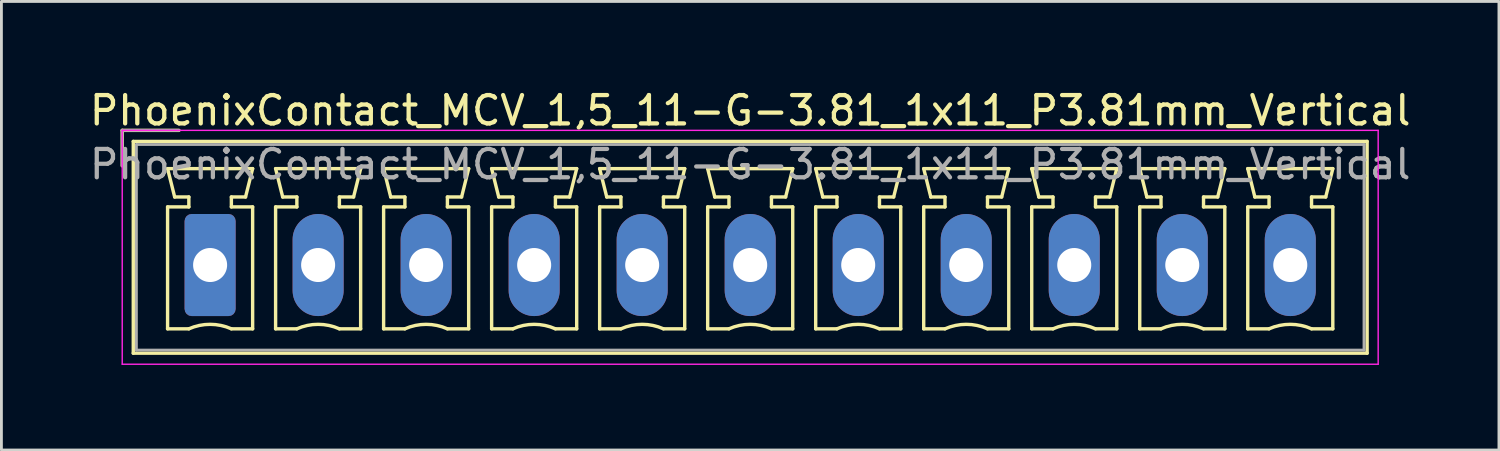
<source format=kicad_pcb>
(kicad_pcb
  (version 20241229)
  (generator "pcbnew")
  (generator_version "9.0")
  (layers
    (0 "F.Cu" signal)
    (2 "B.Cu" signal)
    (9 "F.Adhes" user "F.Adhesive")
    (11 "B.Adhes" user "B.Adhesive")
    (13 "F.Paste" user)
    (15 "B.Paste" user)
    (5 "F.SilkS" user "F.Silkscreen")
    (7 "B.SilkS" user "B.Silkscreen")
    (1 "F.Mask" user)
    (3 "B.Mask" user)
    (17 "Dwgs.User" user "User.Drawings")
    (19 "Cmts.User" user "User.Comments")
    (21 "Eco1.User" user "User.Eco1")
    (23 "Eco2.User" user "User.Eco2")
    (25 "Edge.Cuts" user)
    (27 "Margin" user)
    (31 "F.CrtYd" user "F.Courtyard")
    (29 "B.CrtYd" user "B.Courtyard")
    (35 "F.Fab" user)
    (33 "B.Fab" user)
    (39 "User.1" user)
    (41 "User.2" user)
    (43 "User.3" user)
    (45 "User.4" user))
  (footprint "PhoenixContact_MCV_1,5_11-G-3.81_1x11_P3.81mm_Vertical"
    (layer "F.Cu")
    (at 4.361 6.298)
    (property "Reference" "PhoenixContact_MCV_1,5_11-G-3.81_1x11_P3.81mm_Vertical" (at 19.05 -5.45 0) (layer "F.SilkS") (effects (font (size 1 1) (thickness 0.15))))
    (attr through_hole)
    (fp_line (start -3.1 -4.75) (end -1.1 -4.75) (stroke (width 0.12) (type solid)) (layer "F.SilkS"))
    (fp_line (start -3.1 -3.5) (end -3.1 -4.75) (stroke (width 0.12) (type solid)) (layer "F.SilkS"))
    (fp_line (start -2.71 -4.36) (end -2.71 3.11) (stroke (width 0.12) (type solid)) (layer "F.SilkS"))
    (fp_line (start -2.71 3.11) (end 40.81 3.11) (stroke (width 0.12) (type solid)) (layer "F.SilkS"))
    (fp_line (start -1.5 -3.4) (end 1.5 -3.4) (stroke (width 0.12) (type solid)) (layer "F.SilkS"))
    (fp_line (start -1.5 -2.05) (end -0.75 -2.05) (stroke (width 0.12) (type solid)) (layer "F.SilkS"))
    (fp_line (start -1.5 2.25) (end -1.5 -2.05) (stroke (width 0.12) (type solid)) (layer "F.SilkS"))
    (fp_line (start -1.25 -2.4) (end -1.5 -3.4) (stroke (width 0.12) (type solid)) (layer "F.SilkS"))
    (fp_line (start -0.75 -2.4) (end -1.25 -2.4) (stroke (width 0.12) (type solid)) (layer "F.SilkS"))
    (fp_line (start -0.75 -2.05) (end -0.75 -2.4) (stroke (width 0.12) (type solid)) (layer "F.SilkS"))
    (fp_line (start -0.75 2.25) (end -1.5 2.25) (stroke (width 0.12) (type solid)) (layer "F.SilkS"))
    (fp_line (start 0.75 -2.4) (end 0.75 -2.05) (stroke (width 0.12) (type solid)) (layer "F.SilkS"))
    (fp_line (start 0.75 -2.05) (end 1.5 -2.05) (stroke (width 0.12) (type solid)) (layer "F.SilkS"))
    (fp_line (start 1.25 -2.4) (end 0.75 -2.4) (stroke (width 0.12) (type solid)) (layer "F.SilkS"))
    (fp_line (start 1.5 -3.4) (end 1.25 -2.4) (stroke (width 0.12) (type solid)) (layer "F.SilkS"))
    (fp_line (start 1.5 -2.05) (end 1.5 2.25) (stroke (width 0.12) (type solid)) (layer "F.SilkS"))
    (fp_line (start 1.5 2.25) (end 0.75 2.25) (stroke (width 0.12) (type solid)) (layer "F.SilkS"))
    (fp_line (start 2.31 -3.4) (end 5.31 -3.4) (stroke (width 0.12) (type solid)) (layer "F.SilkS"))
    (fp_line (start 2.31 -2.05) (end 3.06 -2.05) (stroke (width 0.12) (type solid)) (layer "F.SilkS"))
    (fp_line (start 2.31 2.25) (end 2.31 -2.05) (stroke (width 0.12) (type solid)) (layer "F.SilkS"))
    (fp_line (start 2.56 -2.4) (end 2.31 -3.4) (stroke (width 0.12) (type solid)) (layer "F.SilkS"))
    (fp_line (start 3.06 -2.4) (end 2.56 -2.4) (stroke (width 0.12) (type solid)) (layer "F.SilkS"))
    (fp_line (start 3.06 -2.05) (end 3.06 -2.4) (stroke (width 0.12) (type solid)) (layer "F.SilkS"))
    (fp_line (start 3.06 2.25) (end 2.31 2.25) (stroke (width 0.12) (type solid)) (layer "F.SilkS"))
    (fp_line (start 4.56 -2.4) (end 4.56 -2.05) (stroke (width 0.12) (type solid)) (layer "F.SilkS"))
    (fp_line (start 4.56 -2.05) (end 5.31 -2.05) (stroke (width 0.12) (type solid)) (layer "F.SilkS"))
    (fp_line (start 5.06 -2.4) (end 4.56 -2.4) (stroke (width 0.12) (type solid)) (layer "F.SilkS"))
    (fp_line (start 5.31 -3.4) (end 5.06 -2.4) (stroke (width 0.12) (type solid)) (layer "F.SilkS"))
    (fp_line (start 5.31 -2.05) (end 5.31 2.25) (stroke (width 0.12) (type solid)) (layer "F.SilkS"))
    (fp_line (start 5.31 2.25) (end 4.56 2.25) (stroke (width 0.12) (type solid)) (layer "F.SilkS"))
    (fp_line (start 6.12 -3.4) (end 9.12 -3.4) (stroke (width 0.12) (type solid)) (layer "F.SilkS"))
    (fp_line (start 6.12 -2.05) (end 6.87 -2.05) (stroke (width 0.12) (type solid)) (layer "F.SilkS"))
    (fp_line (start 6.12 2.25) (end 6.12 -2.05) (stroke (width 0.12) (type solid)) (layer "F.SilkS"))
    (fp_line (start 6.37 -2.4) (end 6.12 -3.4) (stroke (width 0.12) (type solid)) (layer "F.SilkS"))
    (fp_line (start 6.87 -2.4) (end 6.37 -2.4) (stroke (width 0.12) (type solid)) (layer "F.SilkS"))
    (fp_line (start 6.87 -2.05) (end 6.87 -2.4) (stroke (width 0.12) (type solid)) (layer "F.SilkS"))
    (fp_line (start 6.87 2.25) (end 6.12 2.25) (stroke (width 0.12) (type solid)) (layer "F.SilkS"))
    (fp_line (start 8.37 -2.4) (end 8.37 -2.05) (stroke (width 0.12) (type solid)) (layer "F.SilkS"))
    (fp_line (start 8.37 -2.05) (end 9.12 -2.05) (stroke (width 0.12) (type solid)) (layer "F.SilkS"))
    (fp_line (start 8.87 -2.4) (end 8.37 -2.4) (stroke (width 0.12) (type solid)) (layer "F.SilkS"))
    (fp_line (start 9.12 -3.4) (end 8.87 -2.4) (stroke (width 0.12) (type solid)) (layer "F.SilkS"))
    (fp_line (start 9.12 -2.05) (end 9.12 2.25) (stroke (width 0.12) (type solid)) (layer "F.SilkS"))
    (fp_line (start 9.12 2.25) (end 8.37 2.25) (stroke (width 0.12) (type solid)) (layer "F.SilkS"))
    (fp_line (start 9.93 -3.4) (end 12.93 -3.4) (stroke (width 0.12) (type solid)) (layer "F.SilkS"))
    (fp_line (start 9.93 -2.05) (end 10.68 -2.05) (stroke (width 0.12) (type solid)) (layer "F.SilkS"))
    (fp_line (start 9.93 2.25) (end 9.93 -2.05) (stroke (width 0.12) (type solid)) (layer "F.SilkS"))
    (fp_line (start 10.18 -2.4) (end 9.93 -3.4) (stroke (width 0.12) (type solid)) (layer "F.SilkS"))
    (fp_line (start 10.68 -2.4) (end 10.18 -2.4) (stroke (width 0.12) (type solid)) (layer "F.SilkS"))
    (fp_line (start 10.68 -2.05) (end 10.68 -2.4) (stroke (width 0.12) (type solid)) (layer "F.SilkS"))
    (fp_line (start 10.68 2.25) (end 9.93 2.25) (stroke (width 0.12) (type solid)) (layer "F.SilkS"))
    (fp_line (start 12.18 -2.4) (end 12.18 -2.05) (stroke (width 0.12) (type solid)) (layer "F.SilkS"))
    (fp_line (start 12.18 -2.05) (end 12.93 -2.05) (stroke (width 0.12) (type solid)) (layer "F.SilkS"))
    (fp_line (start 12.68 -2.4) (end 12.18 -2.4) (stroke (width 0.12) (type solid)) (layer "F.SilkS"))
    (fp_line (start 12.93 -3.4) (end 12.68 -2.4) (stroke (width 0.12) (type solid)) (layer "F.SilkS"))
    (fp_line (start 12.93 -2.05) (end 12.93 2.25) (stroke (width 0.12) (type solid)) (layer "F.SilkS"))
    (fp_line (start 12.93 2.25) (end 12.18 2.25) (stroke (width 0.12) (type solid)) (layer "F.SilkS"))
    (fp_line (start 13.74 -3.4) (end 16.74 -3.4) (stroke (width 0.12) (type solid)) (layer "F.SilkS"))
    (fp_line (start 13.74 -2.05) (end 14.49 -2.05) (stroke (width 0.12) (type solid)) (layer "F.SilkS"))
    (fp_line (start 13.74 2.25) (end 13.74 -2.05) (stroke (width 0.12) (type solid)) (layer "F.SilkS"))
    (fp_line (start 13.99 -2.4) (end 13.74 -3.4) (stroke (width 0.12) (type solid)) (layer "F.SilkS"))
    (fp_line (start 14.49 -2.4) (end 13.99 -2.4) (stroke (width 0.12) (type solid)) (layer "F.SilkS"))
    (fp_line (start 14.49 -2.05) (end 14.49 -2.4) (stroke (width 0.12) (type solid)) (layer "F.SilkS"))
    (fp_line (start 14.49 2.25) (end 13.74 2.25) (stroke (width 0.12) (type solid)) (layer "F.SilkS"))
    (fp_line (start 15.99 -2.4) (end 15.99 -2.05) (stroke (width 0.12) (type solid)) (layer "F.SilkS"))
    (fp_line (start 15.99 -2.05) (end 16.74 -2.05) (stroke (width 0.12) (type solid)) (layer "F.SilkS"))
    (fp_line (start 16.49 -2.4) (end 15.99 -2.4) (stroke (width 0.12) (type solid)) (layer "F.SilkS"))
    (fp_line (start 16.74 -3.4) (end 16.49 -2.4) (stroke (width 0.12) (type solid)) (layer "F.SilkS"))
    (fp_line (start 16.74 -2.05) (end 16.74 2.25) (stroke (width 0.12) (type solid)) (layer "F.SilkS"))
    (fp_line (start 16.74 2.25) (end 15.99 2.25) (stroke (width 0.12) (type solid)) (layer "F.SilkS"))
    (fp_line (start 17.55 -3.4) (end 20.55 -3.4) (stroke (width 0.12) (type solid)) (layer "F.SilkS"))
    (fp_line (start 17.55 -2.05) (end 18.3 -2.05) (stroke (width 0.12) (type solid)) (layer "F.SilkS"))
    (fp_line (start 17.55 2.25) (end 17.55 -2.05) (stroke (width 0.12) (type solid)) (layer "F.SilkS"))
    (fp_line (start 17.8 -2.4) (end 17.55 -3.4) (stroke (width 0.12) (type solid)) (layer "F.SilkS"))
    (fp_line (start 18.3 -2.4) (end 17.8 -2.4) (stroke (width 0.12) (type solid)) (layer "F.SilkS"))
    (fp_line (start 18.3 -2.05) (end 18.3 -2.4) (stroke (width 0.12) (type solid)) (layer "F.SilkS"))
    (fp_line (start 18.3 2.25) (end 17.55 2.25) (stroke (width 0.12) (type solid)) (layer "F.SilkS"))
    (fp_line (start 19.8 -2.4) (end 19.8 -2.05) (stroke (width 0.12) (type solid)) (layer "F.SilkS"))
    (fp_line (start 19.8 -2.05) (end 20.55 -2.05) (stroke (width 0.12) (type solid)) (layer "F.SilkS"))
    (fp_line (start 20.3 -2.4) (end 19.8 -2.4) (stroke (width 0.12) (type solid)) (layer "F.SilkS"))
    (fp_line (start 20.55 -3.4) (end 20.3 -2.4) (stroke (width 0.12) (type solid)) (layer "F.SilkS"))
    (fp_line (start 20.55 -2.05) (end 20.55 2.25) (stroke (width 0.12) (type solid)) (layer "F.SilkS"))
    (fp_line (start 20.55 2.25) (end 19.8 2.25) (stroke (width 0.12) (type solid)) (layer "F.SilkS"))
    (fp_line (start 21.36 -3.4) (end 24.36 -3.4) (stroke (width 0.12) (type solid)) (layer "F.SilkS"))
    (fp_line (start 21.36 -2.05) (end 22.11 -2.05) (stroke (width 0.12) (type solid)) (layer "F.SilkS"))
    (fp_line (start 21.36 2.25) (end 21.36 -2.05) (stroke (width 0.12) (type solid)) (layer "F.SilkS"))
    (fp_line (start 21.61 -2.4) (end 21.36 -3.4) (stroke (width 0.12) (type solid)) (layer "F.SilkS"))
    (fp_line (start 22.11 -2.4) (end 21.61 -2.4) (stroke (width 0.12) (type solid)) (layer "F.SilkS"))
    (fp_line (start 22.11 -2.05) (end 22.11 -2.4) (stroke (width 0.12) (type solid)) (layer "F.SilkS"))
    (fp_line (start 22.11 2.25) (end 21.36 2.25) (stroke (width 0.12) (type solid)) (layer "F.SilkS"))
    (fp_line (start 23.61 -2.4) (end 23.61 -2.05) (stroke (width 0.12) (type solid)) (layer "F.SilkS"))
    (fp_line (start 23.61 -2.05) (end 24.36 -2.05) (stroke (width 0.12) (type solid)) (layer "F.SilkS"))
    (fp_line (start 24.11 -2.4) (end 23.61 -2.4) (stroke (width 0.12) (type solid)) (layer "F.SilkS"))
    (fp_line (start 24.36 -3.4) (end 24.11 -2.4) (stroke (width 0.12) (type solid)) (layer "F.SilkS"))
    (fp_line (start 24.36 -2.05) (end 24.36 2.25) (stroke (width 0.12) (type solid)) (layer "F.SilkS"))
    (fp_line (start 24.36 2.25) (end 23.61 2.25) (stroke (width 0.12) (type solid)) (layer "F.SilkS"))
    (fp_line (start 25.17 -3.4) (end 28.17 -3.4) (stroke (width 0.12) (type solid)) (layer "F.SilkS"))
    (fp_line (start 25.17 -2.05) (end 25.92 -2.05) (stroke (width 0.12) (type solid)) (layer "F.SilkS"))
    (fp_line (start 25.17 2.25) (end 25.17 -2.05) (stroke (width 0.12) (type solid)) (layer "F.SilkS"))
    (fp_line (start 25.42 -2.4) (end 25.17 -3.4) (stroke (width 0.12) (type solid)) (layer "F.SilkS"))
    (fp_line (start 25.92 -2.4) (end 25.42 -2.4) (stroke (width 0.12) (type solid)) (layer "F.SilkS"))
    (fp_line (start 25.92 -2.05) (end 25.92 -2.4) (stroke (width 0.12) (type solid)) (layer "F.SilkS"))
    (fp_line (start 25.92 2.25) (end 25.17 2.25) (stroke (width 0.12) (type solid)) (layer "F.SilkS"))
    (fp_line (start 27.42 -2.4) (end 27.42 -2.05) (stroke (width 0.12) (type solid)) (layer "F.SilkS"))
    (fp_line (start 27.42 -2.05) (end 28.17 -2.05) (stroke (width 0.12) (type solid)) (layer "F.SilkS"))
    (fp_line (start 27.92 -2.4) (end 27.42 -2.4) (stroke (width 0.12) (type solid)) (layer "F.SilkS"))
    (fp_line (start 28.17 -3.4) (end 27.92 -2.4) (stroke (width 0.12) (type solid)) (layer "F.SilkS"))
    (fp_line (start 28.17 -2.05) (end 28.17 2.25) (stroke (width 0.12) (type solid)) (layer "F.SilkS"))
    (fp_line (start 28.17 2.25) (end 27.42 2.25) (stroke (width 0.12) (type solid)) (layer "F.SilkS"))
    (fp_line (start 28.98 -3.4) (end 31.98 -3.4) (stroke (width 0.12) (type solid)) (layer "F.SilkS"))
    (fp_line (start 28.98 -2.05) (end 29.73 -2.05) (stroke (width 0.12) (type solid)) (layer "F.SilkS"))
    (fp_line (start 28.98 2.25) (end 28.98 -2.05) (stroke (width 0.12) (type solid)) (layer "F.SilkS"))
    (fp_line (start 29.23 -2.4) (end 28.98 -3.4) (stroke (width 0.12) (type solid)) (layer "F.SilkS"))
    (fp_line (start 29.73 -2.4) (end 29.23 -2.4) (stroke (width 0.12) (type solid)) (layer "F.SilkS"))
    (fp_line (start 29.73 -2.05) (end 29.73 -2.4) (stroke (width 0.12) (type solid)) (layer "F.SilkS"))
    (fp_line (start 29.73 2.25) (end 28.98 2.25) (stroke (width 0.12) (type solid)) (layer "F.SilkS"))
    (fp_line (start 31.23 -2.4) (end 31.23 -2.05) (stroke (width 0.12) (type solid)) (layer "F.SilkS"))
    (fp_line (start 31.23 -2.05) (end 31.98 -2.05) (stroke (width 0.12) (type solid)) (layer "F.SilkS"))
    (fp_line (start 31.73 -2.4) (end 31.23 -2.4) (stroke (width 0.12) (type solid)) (layer "F.SilkS"))
    (fp_line (start 31.98 -3.4) (end 31.73 -2.4) (stroke (width 0.12) (type solid)) (layer "F.SilkS"))
    (fp_line (start 31.98 -2.05) (end 31.98 2.25) (stroke (width 0.12) (type solid)) (layer "F.SilkS"))
    (fp_line (start 31.98 2.25) (end 31.23 2.25) (stroke (width 0.12) (type solid)) (layer "F.SilkS"))
    (fp_line (start 32.79 -3.4) (end 35.79 -3.4) (stroke (width 0.12) (type solid)) (layer "F.SilkS"))
    (fp_line (start 32.79 -2.05) (end 33.54 -2.05) (stroke (width 0.12) (type solid)) (layer "F.SilkS"))
    (fp_line (start 32.79 2.25) (end 32.79 -2.05) (stroke (width 0.12) (type solid)) (layer "F.SilkS"))
    (fp_line (start 33.04 -2.4) (end 32.79 -3.4) (stroke (width 0.12) (type solid)) (layer "F.SilkS"))
    (fp_line (start 33.54 -2.4) (end 33.04 -2.4) (stroke (width 0.12) (type solid)) (layer "F.SilkS"))
    (fp_line (start 33.54 -2.05) (end 33.54 -2.4) (stroke (width 0.12) (type solid)) (layer "F.SilkS"))
    (fp_line (start 33.54 2.25) (end 32.79 2.25) (stroke (width 0.12) (type solid)) (layer "F.SilkS"))
    (fp_line (start 35.04 -2.4) (end 35.04 -2.05) (stroke (width 0.12) (type solid)) (layer "F.SilkS"))
    (fp_line (start 35.04 -2.05) (end 35.79 -2.05) (stroke (width 0.12) (type solid)) (layer "F.SilkS"))
    (fp_line (start 35.54 -2.4) (end 35.04 -2.4) (stroke (width 0.12) (type solid)) (layer "F.SilkS"))
    (fp_line (start 35.79 -3.4) (end 35.54 -2.4) (stroke (width 0.12) (type solid)) (layer "F.SilkS"))
    (fp_line (start 35.79 -2.05) (end 35.79 2.25) (stroke (width 0.12) (type solid)) (layer "F.SilkS"))
    (fp_line (start 35.79 2.25) (end 35.04 2.25) (stroke (width 0.12) (type solid)) (layer "F.SilkS"))
    (fp_line (start 36.6 -3.4) (end 39.6 -3.4) (stroke (width 0.12) (type solid)) (layer "F.SilkS"))
    (fp_line (start 36.6 -2.05) (end 37.35 -2.05) (stroke (width 0.12) (type solid)) (layer "F.SilkS"))
    (fp_line (start 36.6 2.25) (end 36.6 -2.05) (stroke (width 0.12) (type solid)) (layer "F.SilkS"))
    (fp_line (start 36.85 -2.4) (end 36.6 -3.4) (stroke (width 0.12) (type solid)) (layer "F.SilkS"))
    (fp_line (start 37.35 -2.4) (end 36.85 -2.4) (stroke (width 0.12) (type solid)) (layer "F.SilkS"))
    (fp_line (start 37.35 -2.05) (end 37.35 -2.4) (stroke (width 0.12) (type solid)) (layer "F.SilkS"))
    (fp_line (start 37.35 2.25) (end 36.6 2.25) (stroke (width 0.12) (type solid)) (layer "F.SilkS"))
    (fp_line (start 38.85 -2.4) (end 38.85 -2.05) (stroke (width 0.12) (type solid)) (layer "F.SilkS"))
    (fp_line (start 38.85 -2.05) (end 39.6 -2.05) (stroke (width 0.12) (type solid)) (layer "F.SilkS"))
    (fp_line (start 39.35 -2.4) (end 38.85 -2.4) (stroke (width 0.12) (type solid)) (layer "F.SilkS"))
    (fp_line (start 39.6 -3.4) (end 39.35 -2.4) (stroke (width 0.12) (type solid)) (layer "F.SilkS"))
    (fp_line (start 39.6 -2.05) (end 39.6 2.25) (stroke (width 0.12) (type solid)) (layer "F.SilkS"))
    (fp_line (start 39.6 2.25) (end 38.85 2.25) (stroke (width 0.12) (type solid)) (layer "F.SilkS"))
    (fp_line (start 40.81 -4.36) (end -2.71 -4.36) (stroke (width 0.12) (type solid)) (layer "F.SilkS"))
    (fp_line (start 40.81 3.11) (end 40.81 -4.36) (stroke (width 0.12) (type solid)) (layer "F.SilkS"))
    (fp_arc (start -0.75 2.25) (mid -0.000193 2.09191) (end 0.749647 2.249844) (stroke (width 0.12) (type solid)) (layer "F.SilkS"))
    (fp_arc (start 3.06 2.25) (mid 3.809807 2.09191) (end 4.559647 2.249844) (stroke (width 0.12) (type solid)) (layer "F.SilkS"))
    (fp_arc (start 6.87 2.25) (mid 7.619807 2.09191) (end 8.369647 2.249844) (stroke (width 0.12) (type solid)) (layer "F.SilkS"))
    (fp_arc (start 10.68 2.25) (mid 11.429807 2.09191) (end 12.179647 2.249844) (stroke (width 0.12) (type solid)) (layer "F.SilkS"))
    (fp_arc (start 14.49 2.25) (mid 15.239807 2.09191) (end 15.989647 2.249844) (stroke (width 0.12) (type solid)) (layer "F.SilkS"))
    (fp_arc (start 18.3 2.25) (mid 19.049807 2.09191) (end 19.799647 2.249844) (stroke (width 0.12) (type solid)) (layer "F.SilkS"))
    (fp_arc (start 22.11 2.25) (mid 22.859807 2.09191) (end 23.609647 2.249844) (stroke (width 0.12) (type solid)) (layer "F.SilkS"))
    (fp_arc (start 25.92 2.25) (mid 26.669807 2.09191) (end 27.419647 2.249844) (stroke (width 0.12) (type solid)) (layer "F.SilkS"))
    (fp_arc (start 29.73 2.25) (mid 30.479807 2.09191) (end 31.229647 2.249844) (stroke (width 0.12) (type solid)) (layer "F.SilkS"))
    (fp_arc (start 33.54 2.25) (mid 34.289807 2.09191) (end 35.039647 2.249844) (stroke (width 0.12) (type solid)) (layer "F.SilkS"))
    (fp_arc (start 37.35 2.25) (mid 38.099807 2.09191) (end 38.849647 2.249844) (stroke (width 0.12) (type solid)) (layer "F.SilkS"))
    (fp_line (start -3.1 -4.75) (end -3.1 3.5) (stroke (width 0.05) (type solid)) (layer "F.CrtYd"))
    (fp_line (start -3.1 3.5) (end 41.2 3.5) (stroke (width 0.05) (type solid)) (layer "F.CrtYd"))
    (fp_line (start 41.2 -4.75) (end -3.1 -4.75) (stroke (width 0.05) (type solid)) (layer "F.CrtYd"))
    (fp_line (start 41.2 3.5) (end 41.2 -4.75) (stroke (width 0.05) (type solid)) (layer "F.CrtYd"))
    (fp_line (start -3.1 -4.75) (end -1.1 -4.75) (stroke (width 0.1) (type solid)) (layer "F.Fab"))
    (fp_line (start -3.1 -3.5) (end -3.1 -4.75) (stroke (width 0.1) (type solid)) (layer "F.Fab"))
    (fp_line (start -2.6 -4.25) (end -2.6 3) (stroke (width 0.1) (type solid)) (layer "F.Fab"))
    (fp_line (start -2.6 3) (end 40.7 3) (stroke (width 0.1) (type solid)) (layer "F.Fab"))
    (fp_line (start 40.7 -4.25) (end -2.6 -4.25) (stroke (width 0.1) (type solid)) (layer "F.Fab"))
    (fp_line (start 40.7 3) (end 40.7 -4.25) (stroke (width 0.1) (type solid)) (layer "F.Fab"))
    (fp_text user "${REFERENCE}" (at 19.05 -3.55 0) (layer "F.Fab") (effects (font (size 1 1) (thickness 0.15))))
    (pad "1" thru_hole roundrect (at 0 0) (size 1.8 3.6) (drill 1.2) (layers "*.Cu" "*.Mask") (roundrect_rratio 0.139))
    (pad "2" thru_hole oval (at 3.81 0) (size 1.8 3.6) (drill 1.2) (layers "*.Cu" "*.Mask"))
    (pad "3" thru_hole oval (at 7.62 0) (size 1.8 3.6) (drill 1.2) (layers "*.Cu" "*.Mask"))
    (pad "4" thru_hole oval (at 11.43 0) (size 1.8 3.6) (drill 1.2) (layers "*.Cu" "*.Mask"))
    (pad "5" thru_hole oval (at 15.24 0) (size 1.8 3.6) (drill 1.2) (layers "*.Cu" "*.Mask"))
    (pad "6" thru_hole oval (at 19.05 0) (size 1.8 3.6) (drill 1.2) (layers "*.Cu" "*.Mask"))
    (pad "7" thru_hole oval (at 22.86 0) (size 1.8 3.6) (drill 1.2) (layers "*.Cu" "*.Mask"))
    (pad "8" thru_hole oval (at 26.67 0) (size 1.8 3.6) (drill 1.2) (layers "*.Cu" "*.Mask"))
    (pad "9" thru_hole oval (at 30.48 0) (size 1.8 3.6) (drill 1.2) (layers "*.Cu" "*.Mask"))
    (pad "10" thru_hole oval (at 34.29 0) (size 1.8 3.6) (drill 1.2) (layers "*.Cu" "*.Mask"))
    (pad "11" thru_hole oval (at 38.1 0) (size 1.8 3.6) (drill 1.2) (layers "*.Cu" "*.Mask")))
  (gr_rect
    (start -3 -3)
    (end 49.821 12.823)
    (stroke (width 0.1) (type default))
    (fill no)
    (layer "Edge.Cuts")))
</source>
